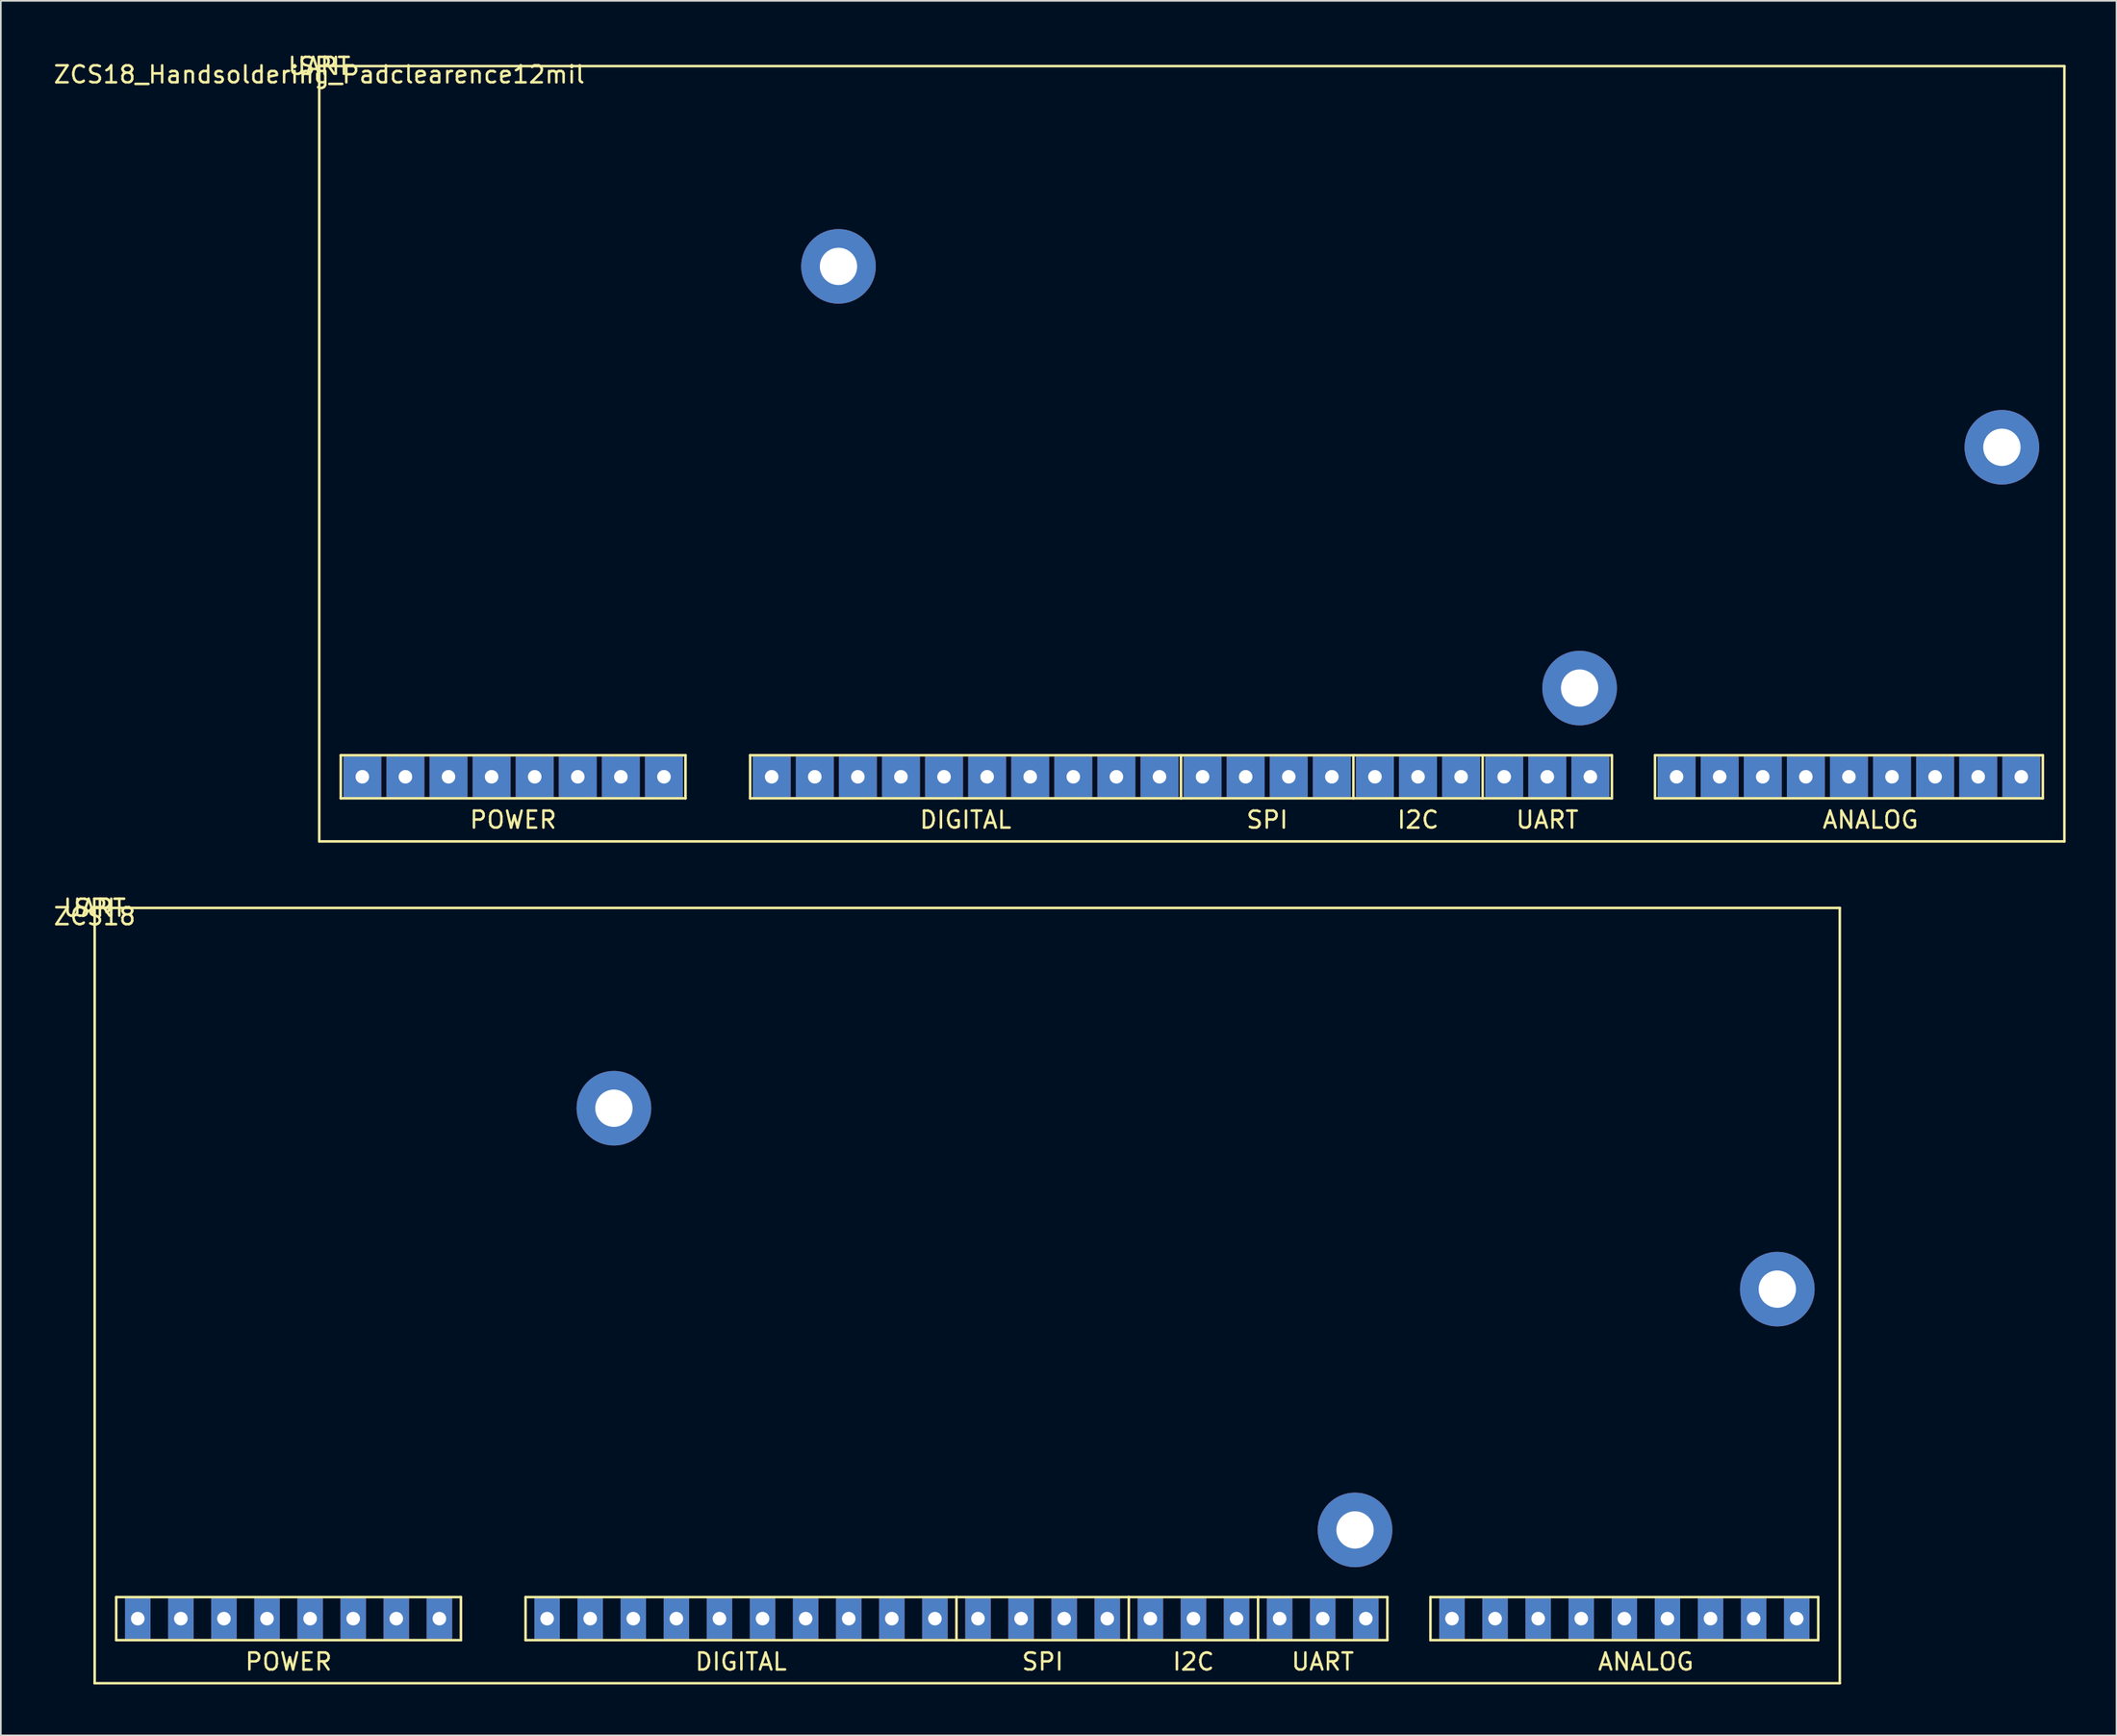
<source format=kicad_pcb>
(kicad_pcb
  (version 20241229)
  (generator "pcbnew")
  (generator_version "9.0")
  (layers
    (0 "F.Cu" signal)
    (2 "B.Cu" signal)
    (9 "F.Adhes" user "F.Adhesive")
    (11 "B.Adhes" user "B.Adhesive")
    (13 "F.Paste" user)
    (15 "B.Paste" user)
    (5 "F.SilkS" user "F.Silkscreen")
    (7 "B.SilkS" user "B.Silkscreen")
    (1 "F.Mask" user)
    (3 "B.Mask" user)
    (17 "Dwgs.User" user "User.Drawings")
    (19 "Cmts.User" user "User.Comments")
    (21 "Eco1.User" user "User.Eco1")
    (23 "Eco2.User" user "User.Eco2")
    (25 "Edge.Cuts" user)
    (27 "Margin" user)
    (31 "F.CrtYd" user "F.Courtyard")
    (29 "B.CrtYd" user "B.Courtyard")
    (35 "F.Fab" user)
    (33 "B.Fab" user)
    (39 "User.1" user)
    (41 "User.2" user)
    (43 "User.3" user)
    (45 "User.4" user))
  (footprint "ZCS18_Handsoldering_Padclearence12mil"
    (layer "F.Cu")
    (at 15.768 0.848)
    (property "Reference" "ZCS18_Handsoldering_Padclearence12mil" (at 0 0.5 0) (layer "F.SilkS") (effects (font (size 1 1) (thickness 0.15))))
    (attr through_hole)
    (fp_line (start 0 0) (end 0 45.72) (stroke (width 0.15) (type solid)) (layer "F.SilkS"))
    (fp_line (start 0 0) (end 102.87 0) (stroke (width 0.15) (type solid)) (layer "F.SilkS"))
    (fp_line (start 0 45.72) (end 102.87 45.72) (stroke (width 0.15) (type solid)) (layer "F.SilkS"))
    (fp_line (start 1.27 40.64) (end 1.27 43.18) (stroke (width 0.15) (type solid)) (layer "F.SilkS"))
    (fp_line (start 1.27 43.18) (end 21.59 43.18) (stroke (width 0.15) (type solid)) (layer "F.SilkS"))
    (fp_line (start 21.59 40.64) (end 1.27 40.64) (stroke (width 0.15) (type solid)) (layer "F.SilkS"))
    (fp_line (start 21.59 43.18) (end 21.59 40.64) (stroke (width 0.15) (type solid)) (layer "F.SilkS"))
    (fp_line (start 25.4 40.64) (end 25.4 43.18) (stroke (width 0.15) (type solid)) (layer "F.SilkS"))
    (fp_line (start 25.4 43.18) (end 50.8 43.18) (stroke (width 0.15) (type solid)) (layer "F.SilkS"))
    (fp_line (start 50.8 40.64) (end 25.4 40.64) (stroke (width 0.15) (type solid)) (layer "F.SilkS"))
    (fp_line (start 50.8 43.18) (end 50.8 40.64) (stroke (width 0.15) (type solid)) (layer "F.SilkS"))
    (fp_line (start 50.8 43.18) (end 60.96 43.18) (stroke (width 0.15) (type solid)) (layer "F.SilkS"))
    (fp_line (start 60.96 40.64) (end 50.8 40.64) (stroke (width 0.15) (type solid)) (layer "F.SilkS"))
    (fp_line (start 60.96 43.18) (end 60.96 40.64) (stroke (width 0.15) (type solid)) (layer "F.SilkS"))
    (fp_line (start 60.96 43.18) (end 68.58 43.18) (stroke (width 0.15) (type solid)) (layer "F.SilkS"))
    (fp_line (start 68.58 40.64) (end 60.96 40.64) (stroke (width 0.15) (type solid)) (layer "F.SilkS"))
    (fp_line (start 68.58 43.18) (end 68.58 40.64) (stroke (width 0.15) (type solid)) (layer "F.SilkS"))
    (fp_line (start 68.58 43.18) (end 76.2 43.18) (stroke (width 0.15) (type solid)) (layer "F.SilkS"))
    (fp_line (start 76.2 40.64) (end 68.58 40.64) (stroke (width 0.15) (type solid)) (layer "F.SilkS"))
    (fp_line (start 76.2 43.18) (end 76.2 40.64) (stroke (width 0.15) (type solid)) (layer "F.SilkS"))
    (fp_line (start 78.74 40.64) (end 78.74 43.18) (stroke (width 0.15) (type solid)) (layer "F.SilkS"))
    (fp_line (start 78.74 43.18) (end 101.6 43.18) (stroke (width 0.15) (type solid)) (layer "F.SilkS"))
    (fp_line (start 101.6 40.64) (end 78.74 40.64) (stroke (width 0.15) (type solid)) (layer "F.SilkS"))
    (fp_line (start 101.6 43.18) (end 101.6 40.64) (stroke (width 0.15) (type solid)) (layer "F.SilkS"))
    (fp_line (start 102.87 0) (end 102.87 45.72) (stroke (width 0.15) (type solid)) (layer "F.SilkS"))
    (fp_text user "SPI" (at 0 0 0) (layer "F.SilkS") (effects (font (size 1 1) (thickness 0.15))))
    (fp_text user "ANALOG" (at 91.44 44.45 0) (layer "F.SilkS") (effects (font (size 1 1) (thickness 0.15))))
    (fp_text user "DIGITAL" (at 38.1 44.45 0) (layer "F.SilkS") (effects (font (size 1 1) (thickness 0.15))))
    (fp_text user "UART" (at 72.39 44.45 0) (layer "F.SilkS") (effects (font (size 1 1) (thickness 0.15))))
    (fp_text user "UART" (at 0 0 0) (layer "F.SilkS") (effects (font (size 1 1) (thickness 0.15))))
    (fp_text user "SPI" (at 55.88 44.45 0) (layer "F.SilkS") (effects (font (size 1 1) (thickness 0.15))))
    (fp_text user "POWER" (at 11.43 44.45 0) (layer "F.SilkS") (effects (font (size 1 1) (thickness 0.15))))
    (fp_text user "I2C" (at 64.77 44.45 0) (layer "F.SilkS") (effects (font (size 1 1) (thickness 0.15))))
    (pad "1" thru_hole rect (at 2.54 41.91) (size 2.235 2.4) (drill 0.8) (layers "*.Cu" "*.Mask"))
    (pad "2" thru_hole rect (at 5.08 41.91) (size 2.235 2.4) (drill 0.8) (layers "*.Cu" "*.Mask"))
    (pad "3" thru_hole rect (at 7.62 41.91) (size 2.235 2.4) (drill 0.8) (layers "*.Cu" "*.Mask"))
    (pad "4" thru_hole rect (at 10.16 41.91) (size 2.235 2.4) (drill 0.8) (layers "*.Cu" "*.Mask"))
    (pad "5" thru_hole rect (at 12.7 41.91) (size 2.235 2.4) (drill 0.8) (layers "*.Cu" "*.Mask"))
    (pad "6" thru_hole rect (at 15.24 41.91) (size 2.235 2.4) (drill 0.8) (layers "*.Cu" "*.Mask"))
    (pad "7" thru_hole rect (at 17.78 41.91) (size 2.235 2.4) (drill 0.8) (layers "*.Cu" "*.Mask"))
    (pad "8" thru_hole rect (at 20.32 41.91) (size 2.235 2.4) (drill 0.8) (layers "*.Cu" "*.Mask"))
    (pad "9" thru_hole rect (at 26.67 41.91) (size 2.235 2.4) (drill 0.8) (layers "*.Cu" "*.Mask"))
    (pad "10" thru_hole rect (at 29.21 41.91) (size 2.235 2.4) (drill 0.8) (layers "*.Cu" "*.Mask"))
    (pad "11" thru_hole rect (at 31.75 41.91) (size 2.235 2.4) (drill 0.8) (layers "*.Cu" "*.Mask"))
    (pad "12" thru_hole rect (at 34.29 41.91) (size 2.235 2.4) (drill 0.8) (layers "*.Cu" "*.Mask"))
    (pad "13" thru_hole rect (at 36.83 41.91) (size 2.235 2.4) (drill 0.8) (layers "*.Cu" "*.Mask"))
    (pad "14" thru_hole rect (at 39.37 41.91) (size 2.235 2.4) (drill 0.8) (layers "*.Cu" "*.Mask"))
    (pad "15" thru_hole rect (at 41.91 41.91) (size 2.235 2.4) (drill 0.8) (layers "*.Cu" "*.Mask"))
    (pad "16" thru_hole rect (at 44.45 41.91) (size 2.235 2.4) (drill 0.8) (layers "*.Cu" "*.Mask"))
    (pad "17" thru_hole rect (at 46.99 41.91) (size 2.235 2.4) (drill 0.8) (layers "*.Cu" "*.Mask"))
    (pad "18" thru_hole rect (at 49.53 41.91) (size 2.235 2.4) (drill 0.8) (layers "*.Cu" "*.Mask"))
    (pad "19" thru_hole rect (at 52.07 41.91) (size 2.235 2.4) (drill 0.8) (layers "*.Cu" "*.Mask"))
    (pad "20" thru_hole rect (at 54.61 41.91) (size 2.235 2.4) (drill 0.8) (layers "*.Cu" "*.Mask"))
    (pad "21" thru_hole rect (at 57.15 41.91) (size 2.235 2.4) (drill 0.8) (layers "*.Cu" "*.Mask"))
    (pad "22" thru_hole rect (at 59.69 41.91) (size 2.235 2.4) (drill 0.8) (layers "*.Cu" "*.Mask"))
    (pad "23" thru_hole rect (at 62.23 41.91) (size 2.235 2.4) (drill 0.8) (layers "*.Cu" "*.Mask"))
    (pad "24" thru_hole rect (at 64.77 41.91) (size 2.235 2.4) (drill 0.8) (layers "*.Cu" "*.Mask"))
    (pad "25" thru_hole rect (at 67.31 41.91) (size 2.235 2.4) (drill 0.8) (layers "*.Cu" "*.Mask"))
    (pad "26" thru_hole rect (at 69.85 41.91) (size 2.235 2.4) (drill 0.8) (layers "*.Cu" "*.Mask"))
    (pad "27" thru_hole rect (at 72.39 41.91) (size 2.235 2.4) (drill 0.8) (layers "*.Cu" "*.Mask"))
    (pad "28" thru_hole rect (at 74.93 41.91) (size 2.235 2.4) (drill 0.8) (layers "*.Cu" "*.Mask"))
    (pad "29" thru_hole rect (at 80.01 41.91) (size 2.235 2.4) (drill 0.8) (layers "*.Cu" "*.Mask"))
    (pad "30" thru_hole rect (at 82.55 41.91) (size 2.235 2.4) (drill 0.8) (layers "*.Cu" "*.Mask"))
    (pad "31" thru_hole rect (at 85.09 41.91) (size 2.235 2.4) (drill 0.8) (layers "*.Cu" "*.Mask"))
    (pad "32" thru_hole rect (at 87.63 41.91) (size 2.235 2.4) (drill 0.8) (layers "*.Cu" "*.Mask"))
    (pad "33" thru_hole rect (at 90.17 41.91) (size 2.235 2.4) (drill 0.8) (layers "*.Cu" "*.Mask"))
    (pad "34" thru_hole rect (at 92.71 41.91) (size 2.235 2.4) (drill 0.8) (layers "*.Cu" "*.Mask"))
    (pad "35" thru_hole rect (at 95.25 41.91) (size 2.235 2.4) (drill 0.8) (layers "*.Cu" "*.Mask"))
    (pad "36" thru_hole rect (at 97.79 41.91) (size 2.235 2.4) (drill 0.8) (layers "*.Cu" "*.Mask"))
    (pad "37" thru_hole rect (at 100.33 41.91) (size 2.235 2.4) (drill 0.8) (layers "*.Cu" "*.Mask"))
    (pad "38" thru_hole circle (at 74.295 36.679) (size 4.4 4.4) (drill 2.2) (layers "*.Cu" "*.Mask"))
    (pad "39" thru_hole circle (at 99.187 22.479) (size 4.4 4.4) (drill 2.2) (layers "*.Cu" "*.Mask"))
    (pad "40" thru_hole circle (at 30.608 11.811) (size 4.4 4.4) (drill 2.2) (layers "*.Cu" "*.Mask")))
  (footprint "ZCS18"
    (layer "F.Cu")
    (at 2.53 50.492)
    (property "Reference" "ZCS18" (at 0 0.5 0) (layer "F.SilkS") (effects (font (size 1 1) (thickness 0.15))))
    (attr through_hole)
    (fp_line (start 0 0) (end 0 45.72) (stroke (width 0.15) (type solid)) (layer "F.SilkS"))
    (fp_line (start 0 0) (end 102.87 0) (stroke (width 0.15) (type solid)) (layer "F.SilkS"))
    (fp_line (start 0 45.72) (end 102.87 45.72) (stroke (width 0.15) (type solid)) (layer "F.SilkS"))
    (fp_line (start 1.27 40.64) (end 1.27 43.18) (stroke (width 0.15) (type solid)) (layer "F.SilkS"))
    (fp_line (start 1.27 43.18) (end 21.59 43.18) (stroke (width 0.15) (type solid)) (layer "F.SilkS"))
    (fp_line (start 21.59 40.64) (end 1.27 40.64) (stroke (width 0.15) (type solid)) (layer "F.SilkS"))
    (fp_line (start 21.59 43.18) (end 21.59 40.64) (stroke (width 0.15) (type solid)) (layer "F.SilkS"))
    (fp_line (start 25.4 40.64) (end 25.4 43.18) (stroke (width 0.15) (type solid)) (layer "F.SilkS"))
    (fp_line (start 25.4 43.18) (end 50.8 43.18) (stroke (width 0.15) (type solid)) (layer "F.SilkS"))
    (fp_line (start 50.8 40.64) (end 25.4 40.64) (stroke (width 0.15) (type solid)) (layer "F.SilkS"))
    (fp_line (start 50.8 43.18) (end 50.8 40.64) (stroke (width 0.15) (type solid)) (layer "F.SilkS"))
    (fp_line (start 50.8 43.18) (end 60.96 43.18) (stroke (width 0.15) (type solid)) (layer "F.SilkS"))
    (fp_line (start 60.96 40.64) (end 50.8 40.64) (stroke (width 0.15) (type solid)) (layer "F.SilkS"))
    (fp_line (start 60.96 43.18) (end 60.96 40.64) (stroke (width 0.15) (type solid)) (layer "F.SilkS"))
    (fp_line (start 60.96 43.18) (end 68.58 43.18) (stroke (width 0.15) (type solid)) (layer "F.SilkS"))
    (fp_line (start 68.58 40.64) (end 60.96 40.64) (stroke (width 0.15) (type solid)) (layer "F.SilkS"))
    (fp_line (start 68.58 43.18) (end 68.58 40.64) (stroke (width 0.15) (type solid)) (layer "F.SilkS"))
    (fp_line (start 68.58 43.18) (end 76.2 43.18) (stroke (width 0.15) (type solid)) (layer "F.SilkS"))
    (fp_line (start 76.2 40.64) (end 68.58 40.64) (stroke (width 0.15) (type solid)) (layer "F.SilkS"))
    (fp_line (start 76.2 43.18) (end 76.2 40.64) (stroke (width 0.15) (type solid)) (layer "F.SilkS"))
    (fp_line (start 78.74 40.64) (end 78.74 43.18) (stroke (width 0.15) (type solid)) (layer "F.SilkS"))
    (fp_line (start 78.74 43.18) (end 101.6 43.18) (stroke (width 0.15) (type solid)) (layer "F.SilkS"))
    (fp_line (start 101.6 40.64) (end 78.74 40.64) (stroke (width 0.15) (type solid)) (layer "F.SilkS"))
    (fp_line (start 101.6 43.18) (end 101.6 40.64) (stroke (width 0.15) (type solid)) (layer "F.SilkS"))
    (fp_line (start 102.87 0) (end 102.87 45.72) (stroke (width 0.15) (type solid)) (layer "F.SilkS"))
    (fp_text user "SPI" (at 55.88 44.45 0) (layer "F.SilkS") (effects (font (size 1 1) (thickness 0.15))))
    (fp_text user "ANALOG" (at 91.44 44.45 0) (layer "F.SilkS") (effects (font (size 1 1) (thickness 0.15))))
    (fp_text user "UART" (at 0 0 0) (layer "F.SilkS") (effects (font (size 1 1) (thickness 0.15))))
    (fp_text user "SPI" (at 0 0 0) (layer "F.SilkS") (effects (font (size 1 1) (thickness 0.15))))
    (fp_text user "I2C" (at 64.77 44.45 0) (layer "F.SilkS") (effects (font (size 1 1) (thickness 0.15))))
    (fp_text user "POWER" (at 11.43 44.45 0) (layer "F.SilkS") (effects (font (size 1 1) (thickness 0.15))))
    (fp_text user "DIGITAL" (at 38.1 44.45 0) (layer "F.SilkS") (effects (font (size 1 1) (thickness 0.15))))
    (fp_text user "UART" (at 72.39 44.45 0) (layer "F.SilkS") (effects (font (size 1 1) (thickness 0.15))))
    (pad "1" thru_hole rect (at 2.54 41.91) (size 1.5 2.4) (drill 0.8) (layers "*.Cu" "*.Mask"))
    (pad "2" thru_hole rect (at 5.08 41.91) (size 1.5 2.4) (drill 0.8) (layers "*.Cu" "*.Mask"))
    (pad "3" thru_hole rect (at 7.62 41.91) (size 1.5 2.4) (drill 0.8) (layers "*.Cu" "*.Mask"))
    (pad "4" thru_hole rect (at 10.16 41.91) (size 1.5 2.4) (drill 0.8) (layers "*.Cu" "*.Mask"))
    (pad "5" thru_hole rect (at 12.7 41.91) (size 1.5 2.4) (drill 0.8) (layers "*.Cu" "*.Mask"))
    (pad "6" thru_hole rect (at 15.24 41.91) (size 1.5 2.4) (drill 0.8) (layers "*.Cu" "*.Mask"))
    (pad "7" thru_hole rect (at 17.78 41.91) (size 1.5 2.4) (drill 0.8) (layers "*.Cu" "*.Mask"))
    (pad "8" thru_hole rect (at 20.32 41.91) (size 1.5 2.4) (drill 0.8) (layers "*.Cu" "*.Mask"))
    (pad "9" thru_hole rect (at 26.67 41.91) (size 1.5 2.4) (drill 0.8) (layers "*.Cu" "*.Mask"))
    (pad "10" thru_hole rect (at 29.21 41.91) (size 1.5 2.4) (drill 0.8) (layers "*.Cu" "*.Mask"))
    (pad "11" thru_hole rect (at 31.75 41.91) (size 1.5 2.4) (drill 0.8) (layers "*.Cu" "*.Mask"))
    (pad "12" thru_hole rect (at 34.29 41.91) (size 1.5 2.4) (drill 0.8) (layers "*.Cu" "*.Mask"))
    (pad "13" thru_hole rect (at 36.83 41.91) (size 1.5 2.4) (drill 0.8) (layers "*.Cu" "*.Mask"))
    (pad "14" thru_hole rect (at 39.37 41.91) (size 1.5 2.4) (drill 0.8) (layers "*.Cu" "*.Mask"))
    (pad "15" thru_hole rect (at 41.91 41.91) (size 1.5 2.4) (drill 0.8) (layers "*.Cu" "*.Mask"))
    (pad "16" thru_hole rect (at 44.45 41.91) (size 1.5 2.4) (drill 0.8) (layers "*.Cu" "*.Mask"))
    (pad "17" thru_hole rect (at 46.99 41.91) (size 1.5 2.4) (drill 0.8) (layers "*.Cu" "*.Mask"))
    (pad "18" thru_hole rect (at 49.53 41.91) (size 1.5 2.4) (drill 0.8) (layers "*.Cu" "*.Mask"))
    (pad "19" thru_hole rect (at 52.07 41.91) (size 1.5 2.4) (drill 0.8) (layers "*.Cu" "*.Mask"))
    (pad "20" thru_hole rect (at 54.61 41.91) (size 1.5 2.4) (drill 0.8) (layers "*.Cu" "*.Mask"))
    (pad "21" thru_hole rect (at 57.15 41.91) (size 1.5 2.4) (drill 0.8) (layers "*.Cu" "*.Mask"))
    (pad "22" thru_hole rect (at 59.69 41.91) (size 1.5 2.4) (drill 0.8) (layers "*.Cu" "*.Mask"))
    (pad "23" thru_hole rect (at 62.23 41.91) (size 1.5 2.4) (drill 0.8) (layers "*.Cu" "*.Mask"))
    (pad "24" thru_hole rect (at 64.77 41.91) (size 1.5 2.4) (drill 0.8) (layers "*.Cu" "*.Mask"))
    (pad "25" thru_hole rect (at 67.31 41.91) (size 1.5 2.4) (drill 0.8) (layers "*.Cu" "*.Mask"))
    (pad "26" thru_hole rect (at 69.85 41.91) (size 1.5 2.4) (drill 0.8) (layers "*.Cu" "*.Mask"))
    (pad "27" thru_hole rect (at 72.39 41.91) (size 1.5 2.4) (drill 0.8) (layers "*.Cu" "*.Mask"))
    (pad "28" thru_hole rect (at 74.93 41.91) (size 1.5 2.4) (drill 0.8) (layers "*.Cu" "*.Mask"))
    (pad "29" thru_hole rect (at 80.01 41.91) (size 1.5 2.4) (drill 0.8) (layers "*.Cu" "*.Mask"))
    (pad "30" thru_hole rect (at 82.55 41.91) (size 1.5 2.4) (drill 0.8) (layers "*.Cu" "*.Mask"))
    (pad "31" thru_hole rect (at 85.09 41.91) (size 1.5 2.4) (drill 0.8) (layers "*.Cu" "*.Mask"))
    (pad "32" thru_hole rect (at 87.63 41.91) (size 1.5 2.4) (drill 0.8) (layers "*.Cu" "*.Mask"))
    (pad "33" thru_hole rect (at 90.17 41.91) (size 1.5 2.4) (drill 0.8) (layers "*.Cu" "*.Mask"))
    (pad "34" thru_hole rect (at 92.71 41.91) (size 1.5 2.4) (drill 0.8) (layers "*.Cu" "*.Mask"))
    (pad "35" thru_hole rect (at 95.25 41.91) (size 1.5 2.4) (drill 0.8) (layers "*.Cu" "*.Mask"))
    (pad "36" thru_hole rect (at 97.79 41.91) (size 1.5 2.4) (drill 0.8) (layers "*.Cu" "*.Mask"))
    (pad "37" thru_hole rect (at 100.33 41.91) (size 1.5 2.4) (drill 0.8) (layers "*.Cu" "*.Mask"))
    (pad "38" thru_hole circle (at 74.295 36.679) (size 4.4 4.4) (drill 2.2) (layers "*.Cu" "*.Mask"))
    (pad "39" thru_hole circle (at 99.187 22.479) (size 4.4 4.4) (drill 2.2) (layers "*.Cu" "*.Mask"))
    (pad "40" thru_hole circle (at 30.608 11.811) (size 4.4 4.4) (drill 2.2) (layers "*.Cu" "*.Mask")))
  (gr_rect
    (start -3 -3)
    (end 121.713 99.287)
    (stroke (width 0.1) (type default))
    (fill no)
    (layer "Edge.Cuts")))
</source>
